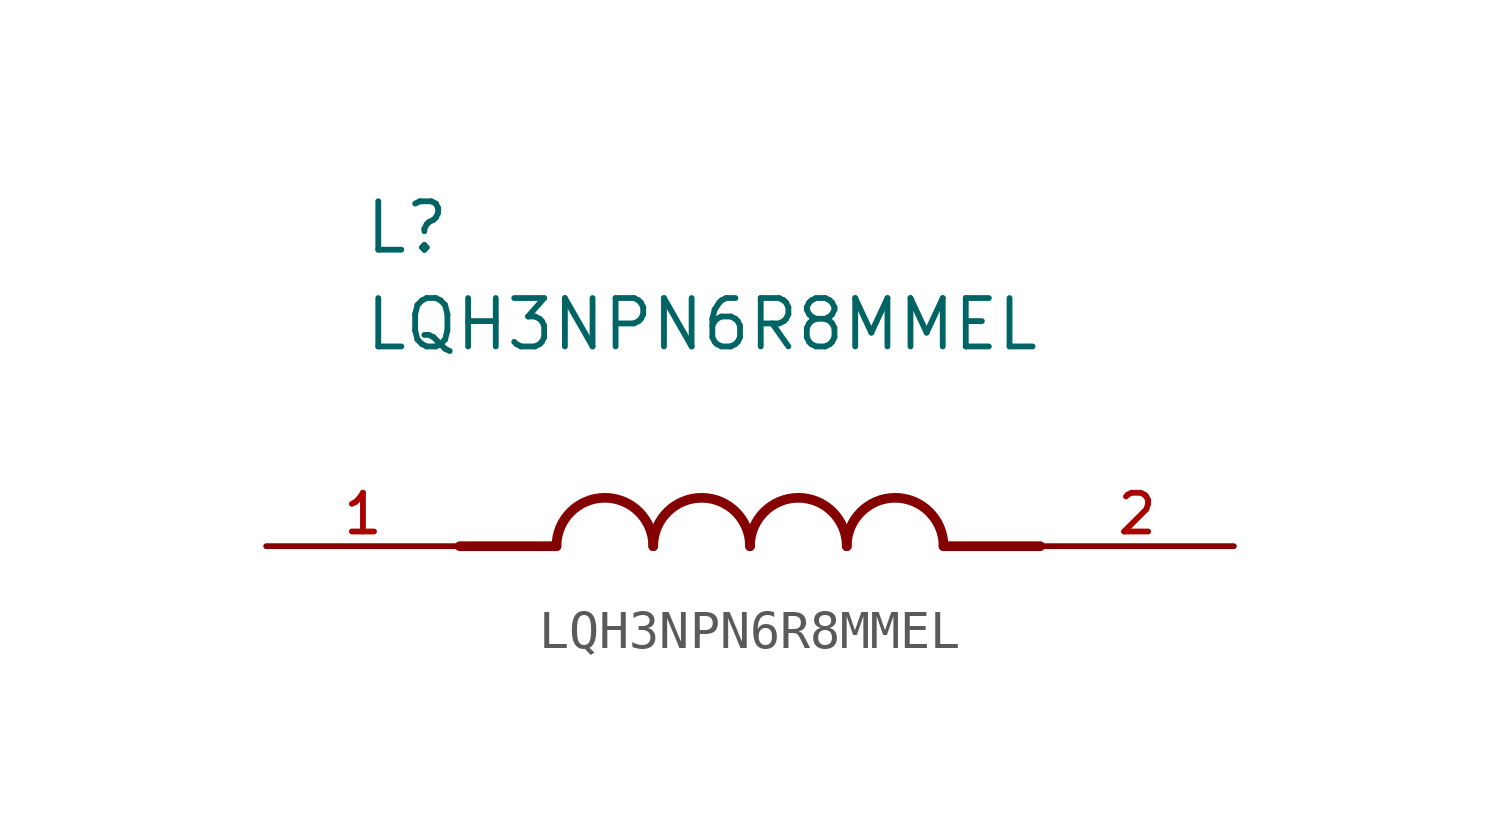
<source format=kicad_sym>
(kicad_symbol_lib
  (version 20211014)
  (generator kicad_symbol_editor)
  (symbol "LQH3NPN6R8MMEL"
    (pin_names
      (offset 1.016))
    (property "Reference" "L"
      (at -10.16 7.62 0)
      (effects (font (size 1.27 1.27)) (justify bottom left)))
    (property "Value" "LQH3NPN6R8MMEL"
      (at -10.16 5.08 0)
      (effects (font (size 1.27 1.27)) (justify bottom left)))
    (symbol "LQH3NPN6R8MMEL_0_0"
      (polyline (pts (xy -5.08 0.0) (xy -7.62 0.0)) (stroke (width 0.254)))
      (polyline (pts (xy 5.08 0.0) (xy 7.62 0.0)) (stroke (width 0.254)))
      (arc (start -2.54 0.0) (mid -3.81 1.27) (end -5.08 0.0) (stroke (width 0.254) (type default) (color 0 0 0 0)) (fill (type none)))
      (arc (start 0.0 0.0) (mid -1.27 1.27) (end -2.54 0.0) (stroke (width 0.254) (type default) (color 0 0 0 0)) (fill (type none)))
      (arc (start 2.54 0.0) (mid 1.27 1.27) (end 0.0 0.0) (stroke (width 0.254) (type default) (color 0 0 0 0)) (fill (type none)))
      (arc (start 5.08 0.0) (mid 3.81 1.27) (end 2.54 0.0) (stroke (width 0.254) (type default) (color 0 0 0 0)) (fill (type none)))
      (pin passive line (at -12.7 0.0 0) (length 5.08) (name "~" (effects (font (size 1.016 1.016)))) (number "1" (effects (font (size 1.016 1.016)))))
      (pin passive line (at 12.7 0.0 180.0) (length 5.08) (name "~" (effects (font (size 1.016 1.016)))) (number "2" (effects (font (size 1.016 1.016))))))))
</source>
